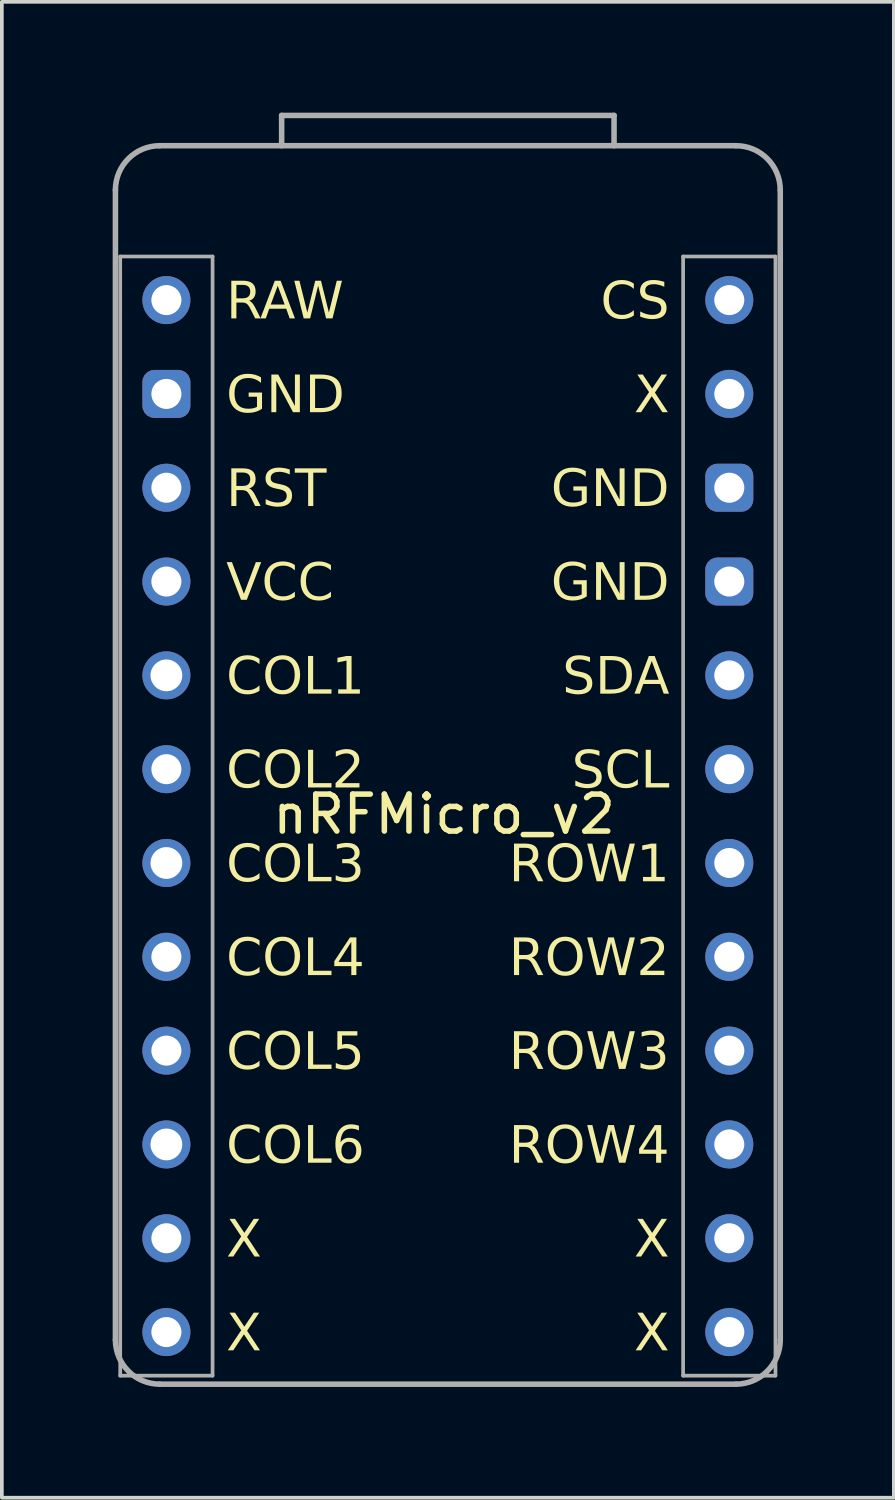
<source format=kicad_pcb>
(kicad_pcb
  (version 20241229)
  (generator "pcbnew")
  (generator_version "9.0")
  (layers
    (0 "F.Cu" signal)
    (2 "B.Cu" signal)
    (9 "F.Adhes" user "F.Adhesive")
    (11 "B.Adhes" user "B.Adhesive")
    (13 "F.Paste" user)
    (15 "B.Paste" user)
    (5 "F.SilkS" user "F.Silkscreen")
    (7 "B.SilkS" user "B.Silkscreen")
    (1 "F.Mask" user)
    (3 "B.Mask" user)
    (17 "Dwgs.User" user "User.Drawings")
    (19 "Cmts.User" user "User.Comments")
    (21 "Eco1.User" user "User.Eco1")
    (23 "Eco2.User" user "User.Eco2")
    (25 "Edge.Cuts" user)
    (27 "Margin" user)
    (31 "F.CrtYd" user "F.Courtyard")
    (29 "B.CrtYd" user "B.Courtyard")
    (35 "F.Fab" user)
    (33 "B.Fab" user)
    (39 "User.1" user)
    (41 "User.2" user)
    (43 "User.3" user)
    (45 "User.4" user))
  (footprint "nRFMicro_v2"
    (layer "F.Cu")
    (at 9.075 19.045)
    (property "Reference" "nRFMicro_v2" (at -0.1 -0.05 0) (layer "F.SilkS") (effects (font (size 1 1) (thickness 0.15))))
    (attr through_hole)
    (fp_line (start -9 14.18) (end -9 -16.95) (stroke (width 0.15) (type solid)) (layer "F.Fab"))
    (fp_line (start -8.87 -15.15) (end -8.87 15.15) (stroke (width 0.1) (type solid)) (layer "F.Fab"))
    (fp_line (start -8.87 -15.15) (end -6.37 -15.15) (stroke (width 0.1) (type solid)) (layer "F.Fab"))
    (fp_line (start -8.87 15.15) (end -6.37 15.15) (stroke (width 0.1) (type solid)) (layer "F.Fab"))
    (fp_line (start -7.8 -18.15) (end 7.8 -18.15) (stroke (width 0.15) (type solid)) (layer "F.Fab"))
    (fp_line (start -6.37 -15.15) (end -6.37 15.15) (stroke (width 0.1) (type solid)) (layer "F.Fab"))
    (fp_line (start -4.5 -18.97) (end -4.5 -18.15) (stroke (width 0.15) (type solid)) (layer "F.Fab"))
    (fp_line (start -4.5 -18.97) (end 4.5 -18.97) (stroke (width 0.15) (type solid)) (layer "F.Fab"))
    (fp_line (start 4.5 -18.97) (end 4.5 -18.15) (stroke (width 0.15) (type solid)) (layer "F.Fab"))
    (fp_line (start 6.37 -15.15) (end 6.37 15.15) (stroke (width 0.1) (type solid)) (layer "F.Fab"))
    (fp_line (start 6.37 15.15) (end 8.87 15.15) (stroke (width 0.1) (type solid)) (layer "F.Fab"))
    (fp_line (start 7.8 15.38) (end -7.8 15.38) (stroke (width 0.15) (type solid)) (layer "F.Fab"))
    (fp_line (start 8.87 -15.15) (end 6.37 -15.15) (stroke (width 0.1) (type solid)) (layer "F.Fab"))
    (fp_line (start 8.87 -15.15) (end 8.87 15.15) (stroke (width 0.1) (type solid)) (layer "F.Fab"))
    (fp_line (start 9 -16.95) (end 9 14.18) (stroke (width 0.15) (type solid)) (layer "F.Fab"))
    (fp_arc (start -9 -16.95) (mid -8.648528 -17.798528) (end -7.8 -18.15) (stroke (width 0.15) (type solid)) (layer "F.Fab"))
    (fp_arc (start -7.8 15.38) (mid -8.648528 15.028528) (end -9 14.18) (stroke (width 0.15) (type solid)) (layer "F.Fab"))
    (fp_arc (start 7.8 -18.15) (mid 8.648528 -17.798528) (end 9 -16.95) (stroke (width 0.15) (type solid)) (layer "F.Fab"))
    (fp_arc (start 9 14.18) (mid 8.648528 15.028528) (end 7.8 15.38) (stroke (width 0.15) (type solid)) (layer "F.Fab"))
    (fp_text user "GND" (at 6 -8.81 0) (unlocked yes) (layer "F.SilkS") (effects (font (face "Roboto Condensed") (size 1 1) (thickness 0.125)) (justify right)))
    (fp_text user "X" (at 6 -11.35 0) (unlocked yes) (layer "F.SilkS") (effects (font (face "Roboto Condensed") (size 1 1) (thickness 0.125)) (justify right)))
    (fp_text user "COL1" (at -6 -3.73 0) (unlocked yes) (layer "F.SilkS") (effects (font (face "Roboto Condensed") (size 1 1) (thickness 0.125)) (justify left)))
    (fp_text user "X" (at -6 11.51 0) (unlocked yes) (layer "F.SilkS") (effects (font (face "Roboto Condensed") (size 1 1) (thickness 0.125)) (justify left)))
    (fp_text user "X" (at -6 14.05 0) (unlocked yes) (layer "F.SilkS") (effects (font (face "Roboto Condensed") (size 1 1) (thickness 0.125)) (justify left)))
    (fp_text user "ROW4" (at 6 8.97 0) (unlocked yes) (layer "F.SilkS") (effects (font (face "Roboto Condensed") (size 1 1) (thickness 0.125)) (justify right)))
    (fp_text user "CS" (at 6 -13.89 0) (unlocked yes) (layer "F.SilkS") (effects (font (face "Roboto Condensed") (size 1 1) (thickness 0.125)) (justify right)))
    (fp_text user "RAW" (at -6 -13.89 0) (unlocked yes) (layer "F.SilkS") (effects (font (face "Roboto Condensed") (size 1 1) (thickness 0.125)) (justify left)))
    (fp_text user "ROW1" (at 6 1.35 0) (unlocked yes) (layer "F.SilkS") (effects (font (face "Roboto Condensed") (size 1 1) (thickness 0.125)) (justify right)))
    (fp_text user "RST" (at -6 -8.81 0) (unlocked yes) (layer "F.SilkS") (effects (font (face "Roboto Condensed") (size 1 1) (thickness 0.125)) (justify left)))
    (fp_text user "COL4" (at -6 3.89 0) (unlocked yes) (layer "F.SilkS") (effects (font (face "Roboto Condensed") (size 1 1) (thickness 0.125)) (justify left)))
    (fp_text user "VCC" (at -6 -6.27 0) (unlocked yes) (layer "F.SilkS") (effects (font (face "Roboto Condensed") (size 1 1) (thickness 0.125)) (justify left)))
    (fp_text user "SCL" (at 6 -1.19 0) (unlocked yes) (layer "F.SilkS") (effects (font (face "Roboto Condensed") (size 1 1) (thickness 0.125)) (justify right)))
    (fp_text user "X" (at 6 14.05 0) (unlocked yes) (layer "F.SilkS") (effects (font (face "Roboto Condensed") (size 1 1) (thickness 0.125)) (justify right)))
    (fp_text user "GND" (at 6 -6.27 0) (unlocked yes) (layer "F.SilkS") (effects (font (face "Roboto Condensed") (size 1 1) (thickness 0.125)) (justify right)))
    (fp_text user "COL6" (at -6 8.97 0) (unlocked yes) (layer "F.SilkS") (effects (font (face "Roboto Condensed") (size 1 1) (thickness 0.125)) (justify left)))
    (fp_text user "SDA" (at 6 -3.73 0) (unlocked yes) (layer "F.SilkS") (effects (font (face "Roboto Condensed") (size 1 1) (thickness 0.125)) (justify right)))
    (fp_text user "X" (at 6 11.51 0) (unlocked yes) (layer "F.SilkS") (effects (font (face "Roboto Condensed") (size 1 1) (thickness 0.125)) (justify right)))
    (fp_text user "GND" (at -6 -11.35 0) (unlocked yes) (layer "F.SilkS") (effects (font (face "Roboto Condensed") (size 1 1) (thickness 0.125)) (justify left)))
    (fp_text user "COL2" (at -6 -1.19 0) (unlocked yes) (layer "F.SilkS") (effects (font (face "Roboto Condensed") (size 1 1) (thickness 0.125)) (justify left)))
    (fp_text user "ROW3" (at 6 6.43 0) (unlocked yes) (layer "F.SilkS") (effects (font (face "Roboto Condensed") (size 1 1) (thickness 0.125)) (justify right)))
    (fp_text user "ROW2" (at 6 3.89 0) (unlocked yes) (layer "F.SilkS") (effects (font (face "Roboto Condensed") (size 1 1) (thickness 0.125)) (justify right)))
    (fp_text user "COL3" (at -6 1.35 0) (unlocked yes) (layer "F.SilkS") (effects (font (face "Roboto Condensed") (size 1 1) (thickness 0.125)) (justify left)))
    (fp_text user "COL5" (at -6 6.43 0) (unlocked yes) (layer "F.SilkS") (effects (font (face "Roboto Condensed") (size 1 1) (thickness 0.125)) (justify left)))
    (pad "1" thru_hole circle (at 7.62 -13.97) (size 1.3 1.3) (drill 0.813) (layers "*.Cu" "B.Mask"))
    (pad "2" thru_hole circle (at 7.62 -11.43) (size 1.3 1.3) (drill 0.813) (layers "*.Cu" "B.Mask"))
    (pad "3" thru_hole roundrect (at 7.62 -8.89) (size 1.3 1.3) (drill 0.813) (layers "*.Cu" "B.Mask") (roundrect_rratio 0.25))
    (pad "4" thru_hole roundrect (at 7.62 -6.35) (size 1.3 1.3) (drill 0.813) (layers "*.Cu" "B.Mask") (roundrect_rratio 0.25))
    (pad "5" thru_hole circle (at 7.62 -3.81) (size 1.3 1.3) (drill 0.813) (layers "*.Cu" "B.Mask"))
    (pad "6" thru_hole circle (at 7.62 -1.27) (size 1.3 1.3) (drill 0.813) (layers "*.Cu" "B.Mask"))
    (pad "7" thru_hole circle (at 7.62 1.27) (size 1.3 1.3) (drill 0.813) (layers "*.Cu" "B.Mask"))
    (pad "8" thru_hole circle (at 7.62 3.81) (size 1.3 1.3) (drill 0.813) (layers "*.Cu" "B.Mask"))
    (pad "9" thru_hole circle (at 7.62 6.35) (size 1.3 1.3) (drill 0.813) (layers "*.Cu" "B.Mask"))
    (pad "10" thru_hole circle (at 7.62 8.89) (size 1.3 1.3) (drill 0.813) (layers "*.Cu" "B.Mask"))
    (pad "11" thru_hole circle (at 7.62 11.43) (size 1.3 1.3) (drill 0.813) (layers "*.Cu" "B.Mask"))
    (pad "12" thru_hole circle (at 7.62 13.97) (size 1.3 1.3) (drill 0.813) (layers "*.Cu" "B.Mask"))
    (pad "13" thru_hole circle (at -7.62 13.97) (size 1.3 1.3) (drill 0.813) (layers "*.Cu" "B.Mask"))
    (pad "14" thru_hole circle (at -7.62 11.43) (size 1.3 1.3) (drill 0.813) (layers "*.Cu" "B.Mask"))
    (pad "15" thru_hole circle (at -7.62 8.89) (size 1.3 1.3) (drill 0.86) (layers "*.Cu" "B.Mask"))
    (pad "16" thru_hole circle (at -7.62 6.35) (size 1.3 1.3) (drill 0.813) (layers "*.Cu" "B.Mask"))
    (pad "17" thru_hole circle (at -7.62 3.81) (size 1.3 1.3) (drill 0.813) (layers "*.Cu" "B.Mask"))
    (pad "18" thru_hole circle (at -7.62 1.27) (size 1.3 1.3) (drill 0.86) (layers "*.Cu" "B.Mask"))
    (pad "19" thru_hole circle (at -7.62 -1.27) (size 1.3 1.3) (drill 0.813) (layers "*.Cu" "B.Mask"))
    (pad "20" thru_hole circle (at -7.62 -3.81) (size 1.3 1.3) (drill 0.86) (layers "*.Cu" "B.Mask"))
    (pad "21" thru_hole circle (at -7.62 -6.35) (size 1.3 1.3) (drill 0.813) (layers "*.Cu" "B.Mask"))
    (pad "22" thru_hole circle (at -7.62 -8.89) (size 1.3 1.3) (drill 0.813) (layers "*.Cu" "B.Mask"))
    (pad "23" thru_hole roundrect (at -7.62 -11.43) (size 1.3 1.3) (drill 0.813) (layers "*.Cu" "B.Mask") (roundrect_rratio 0.25))
    (pad "24" thru_hole circle (at -7.62 -13.97) (size 1.3 1.3) (drill 0.813) (layers "*.Cu" "B.Mask")))
  (gr_rect
    (start -3 -3)
    (end 21.15 37.5)
    (stroke (width 0.1) (type default))
    (fill no)
    (layer "Edge.Cuts")))
</source>
